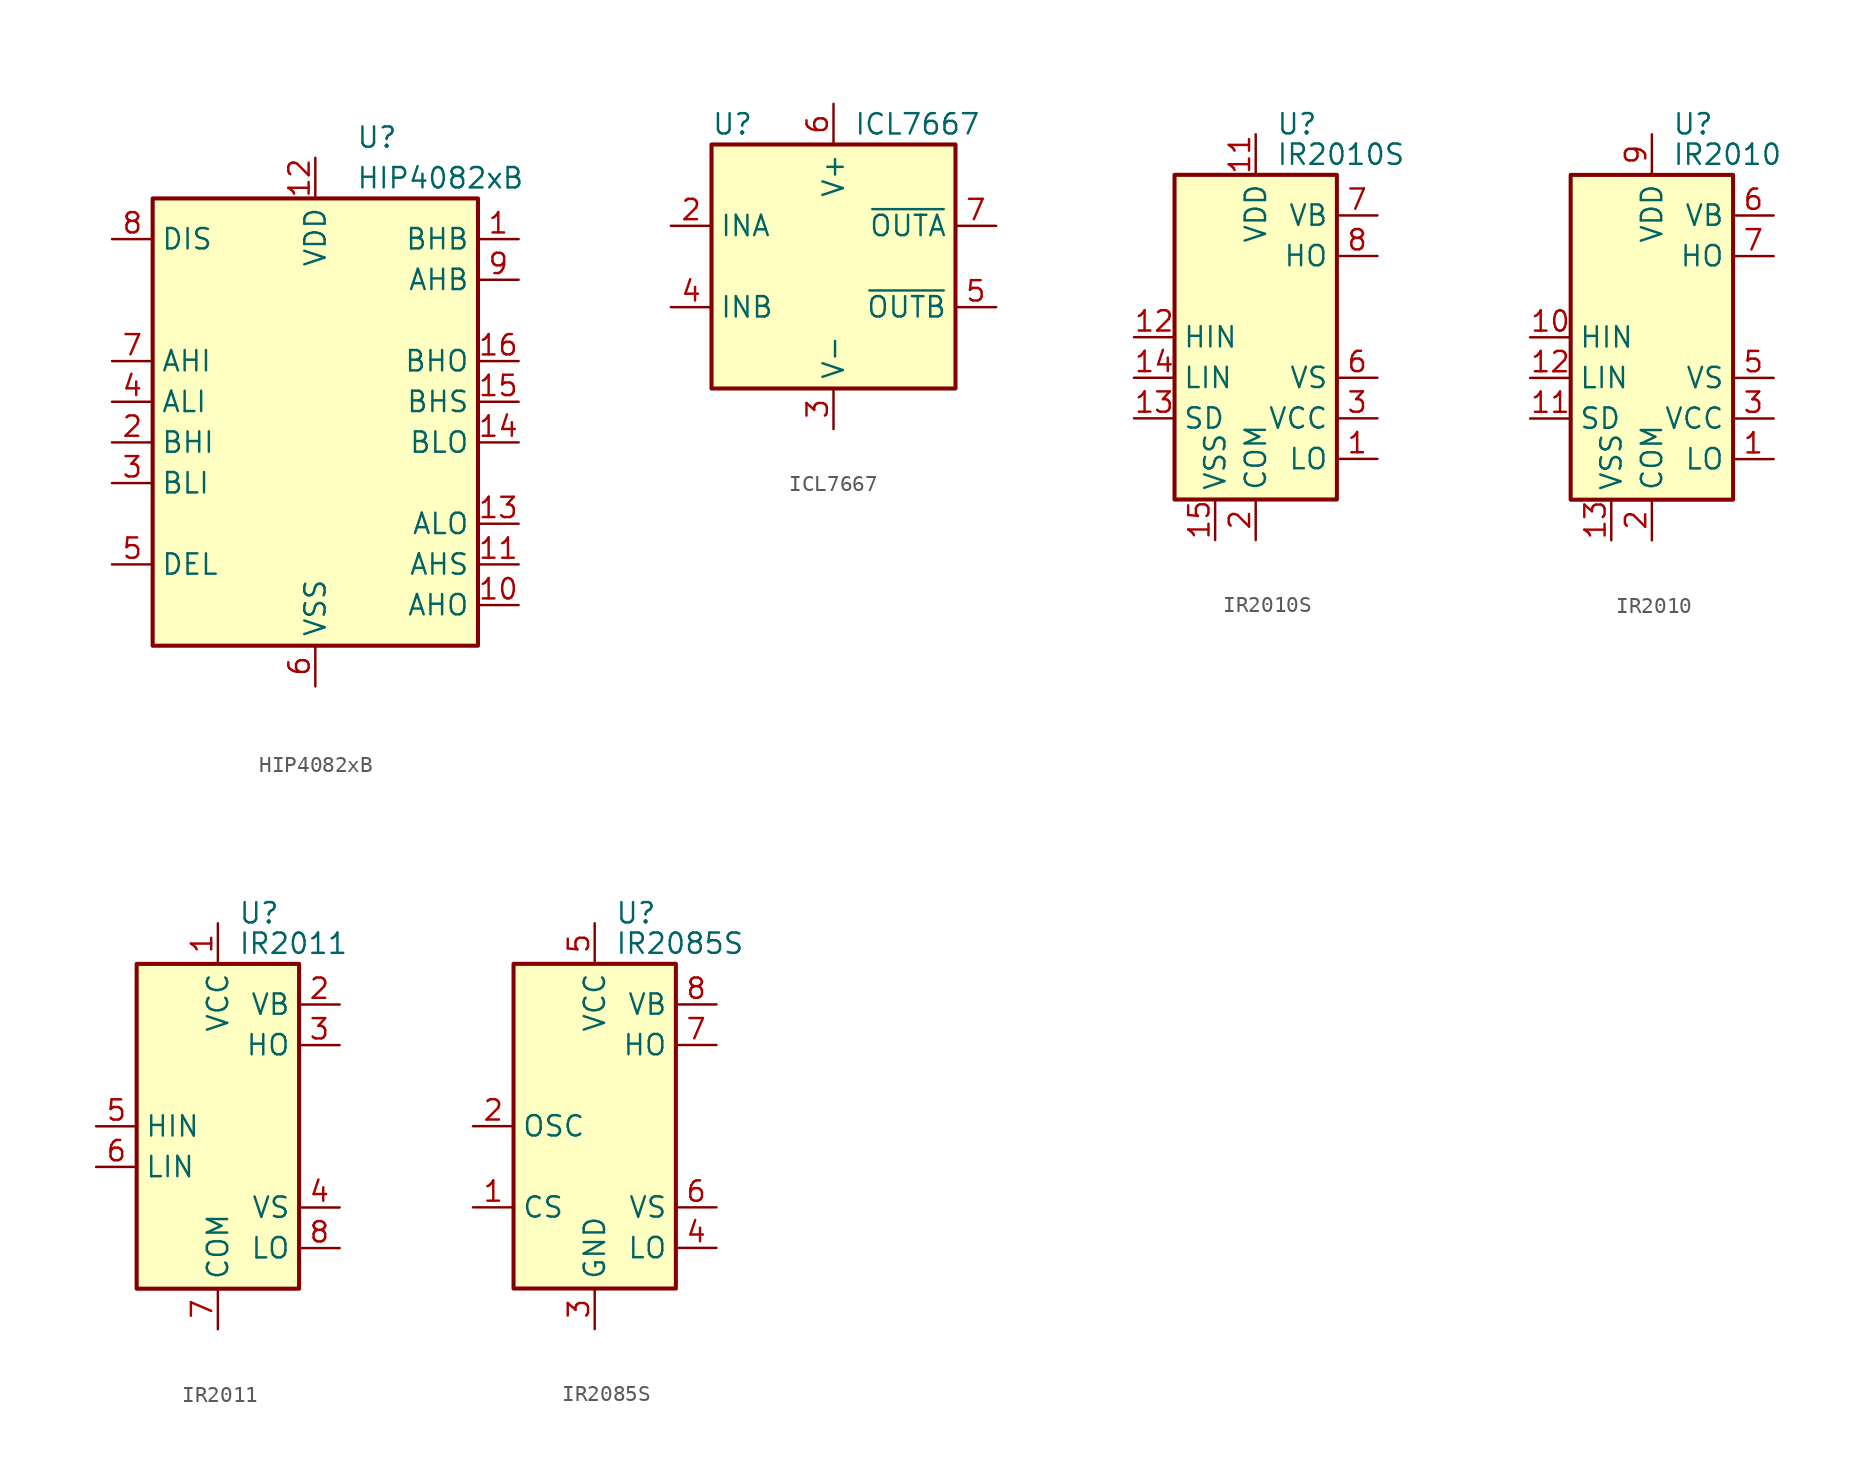
<source format=kicad_sym>
(kicad_symbol_lib
  (version 20201005)
  (generator kicad_symbol_editor)
  (symbol "Driver_FET:HIP4082xB"
    (property "Reference" "U"
      (at 2.54 16.51 0)
      (effects (font (size 1.27 1.27)) (justify left)))
    (property "Value" "HIP4082xB"
      (at 2.54 13.97 0)
      (effects (font (size 1.27 1.27)) (justify left)))
    (symbol "HIP4082xB_0_0"
      (pin passive line (at -12.7 -10.16 0) (length 2.54) (name "DEL" (effects (font (size 1.27 1.27)))) (number "5" (effects (font (size 1.27 1.27))))))
    (symbol "HIP4082xB_1_1"
      (rectangle (start -10.16 -15.24) (end 10.16 12.7) (stroke (width 0.254)) (fill (type background)))
      (pin input line (at 12.7 10.16 180) (length 2.54) (name "BHB" (effects (font (size 1.27 1.27)))) (number "1" (effects (font (size 1.27 1.27)))))
      (pin output line (at 12.7 -12.7 180) (length 2.54) (name "AHO" (effects (font (size 1.27 1.27)))) (number "10" (effects (font (size 1.27 1.27)))))
      (pin passive line (at 12.7 -10.16 180) (length 2.54) (name "AHS" (effects (font (size 1.27 1.27)))) (number "11" (effects (font (size 1.27 1.27)))))
      (pin power_in line (at 0 15.24 270) (length 2.54) (name "VDD" (effects (font (size 1.27 1.27)))) (number "12" (effects (font (size 1.27 1.27)))))
      (pin output line (at 12.7 -7.62 180) (length 2.54) (name "ALO" (effects (font (size 1.27 1.27)))) (number "13" (effects (font (size 1.27 1.27)))))
      (pin output line (at 12.7 -2.54 180) (length 2.54) (name "BLO" (effects (font (size 1.27 1.27)))) (number "14" (effects (font (size 1.27 1.27)))))
      (pin passive line (at 12.7 0 180) (length 2.54) (name "BHS" (effects (font (size 1.27 1.27)))) (number "15" (effects (font (size 1.27 1.27)))))
      (pin output line (at 12.7 2.54 180) (length 2.54) (name "BHO" (effects (font (size 1.27 1.27)))) (number "16" (effects (font (size 1.27 1.27)))))
      (pin input line (at -12.7 -2.54 0) (length 2.54) (name "BHI" (effects (font (size 1.27 1.27)))) (number "2" (effects (font (size 1.27 1.27)))))
      (pin input line (at -12.7 -5.08 0) (length 2.54) (name "BLI" (effects (font (size 1.27 1.27)))) (number "3" (effects (font (size 1.27 1.27)))))
      (pin input line (at -12.7 0 0) (length 2.54) (name "ALI" (effects (font (size 1.27 1.27)))) (number "4" (effects (font (size 1.27 1.27)))))
      (pin power_in line (at 0 -17.78 90) (length 2.54) (name "VSS" (effects (font (size 1.27 1.27)))) (number "6" (effects (font (size 1.27 1.27)))))
      (pin input line (at -12.7 2.54 0) (length 2.54) (name "AHI" (effects (font (size 1.27 1.27)))) (number "7" (effects (font (size 1.27 1.27)))))
      (pin input line (at -12.7 10.16 0) (length 2.54) (name "DIS" (effects (font (size 1.27 1.27)))) (number "8" (effects (font (size 1.27 1.27)))))
      (pin input line (at 12.7 7.62 180) (length 2.54) (name "AHB" (effects (font (size 1.27 1.27)))) (number "9" (effects (font (size 1.27 1.27)))))))
  (symbol "Driver_FET:ICL7667"
    (property "Reference" "U"
      (at -7.62 8.89 0)
      (effects (font (size 1.27 1.27)) (justify left)))
    (property "Value" "ICL7667"
      (at 1.27 8.89 0)
      (effects (font (size 1.27 1.27)) (justify left)))
    (symbol "ICL7667_0_1"
      (rectangle (start -7.62 -7.62) (end 7.62 7.62) (stroke (width 0.254)) (fill (type background))))
    (symbol "ICL7667_1_1"
      (pin no_connect line (at -7.62 0 0) (length 2.54) hide (name "NC" (effects (font (size 1.27 1.27)))) (number "1" (effects (font (size 1.27 1.27)))))
      (pin input line (at -10.16 2.54 0) (length 2.54) (name "INA" (effects (font (size 1.27 1.27)))) (number "2" (effects (font (size 1.27 1.27)))))
      (pin power_in line (at 0 -10.16 90) (length 2.54) (name "V-" (effects (font (size 1.27 1.27)))) (number "3" (effects (font (size 1.27 1.27)))))
      (pin input line (at -10.16 -2.54 0) (length 2.54) (name "INB" (effects (font (size 1.27 1.27)))) (number "4" (effects (font (size 1.27 1.27)))))
      (pin output line (at 10.16 -2.54 180) (length 2.54) (name "~OUTB" (effects (font (size 1.27 1.27)))) (number "5" (effects (font (size 1.27 1.27)))))
      (pin power_in line (at 0 10.16 270) (length 2.54) (name "V+" (effects (font (size 1.27 1.27)))) (number "6" (effects (font (size 1.27 1.27)))))
      (pin output line (at 10.16 2.54 180) (length 2.54) (name "~OUTA" (effects (font (size 1.27 1.27)))) (number "7" (effects (font (size 1.27 1.27)))))
      (pin no_connect line (at 7.62 0 180) (length 2.54) hide (name "NC" (effects (font (size 1.27 1.27)))) (number "8" (effects (font (size 1.27 1.27)))))))
  (symbol "Driver_FET:IR2010S"
    (property "Reference" "U"
      (at 1.27 13.335 0)
      (effects (font (size 1.27 1.27)) (justify left)))
    (property "Value" "IR2010S"
      (at 1.27 11.43 0)
      (effects (font (size 1.27 1.27)) (justify left)))
    (symbol "IR2010S_0_1"
      (rectangle (start -5.08 -10.16) (end 5.08 10.16) (stroke (width 0.254)) (fill (type background))))
    (symbol "IR2010S_1_1"
      (pin output line (at 7.62 -7.62 180) (length 2.54) (name "LO" (effects (font (size 1.27 1.27)))) (number "1" (effects (font (size 1.27 1.27)))))
      (pin no_connect line (at 5.08 2.54 180) (length 2.54) hide (name "NC" (effects (font (size 1.27 1.27)))) (number "10" (effects (font (size 1.27 1.27)))))
      (pin power_in line (at 0 12.7 270) (length 2.54) (name "VDD" (effects (font (size 1.27 1.27)))) (number "11" (effects (font (size 1.27 1.27)))))
      (pin input line (at -7.62 0 0) (length 2.54) (name "HIN" (effects (font (size 1.27 1.27)))) (number "12" (effects (font (size 1.27 1.27)))))
      (pin input line (at -7.62 -5.08 0) (length 2.54) (name "SD" (effects (font (size 1.27 1.27)))) (number "13" (effects (font (size 1.27 1.27)))))
      (pin input line (at -7.62 -2.54 0) (length 2.54) (name "LIN" (effects (font (size 1.27 1.27)))) (number "14" (effects (font (size 1.27 1.27)))))
      (pin power_in line (at -2.54 -12.7 90) (length 2.54) (name "VSS" (effects (font (size 1.27 1.27)))) (number "15" (effects (font (size 1.27 1.27)))))
      (pin no_connect line (at 5.08 0 180) (length 2.54) hide (name "NC" (effects (font (size 1.27 1.27)))) (number "16" (effects (font (size 1.27 1.27)))))
      (pin power_in line (at 0 -12.7 90) (length 2.54) (name "COM" (effects (font (size 1.27 1.27)))) (number "2" (effects (font (size 1.27 1.27)))))
      (pin power_in line (at 7.62 -5.08 180) (length 2.54) (name "VCC" (effects (font (size 1.27 1.27)))) (number "3" (effects (font (size 1.27 1.27)))))
      (pin no_connect line (at -5.08 7.62 0) (length 2.54) hide (name "NC" (effects (font (size 1.27 1.27)))) (number "4" (effects (font (size 1.27 1.27)))))
      (pin no_connect line (at -5.08 5.08 0) (length 2.54) hide (name "NC" (effects (font (size 1.27 1.27)))) (number "5" (effects (font (size 1.27 1.27)))))
      (pin passive line (at 7.62 -2.54 180) (length 2.54) (name "VS" (effects (font (size 1.27 1.27)))) (number "6" (effects (font (size 1.27 1.27)))))
      (pin passive line (at 7.62 7.62 180) (length 2.54) (name "VB" (effects (font (size 1.27 1.27)))) (number "7" (effects (font (size 1.27 1.27)))))
      (pin output line (at 7.62 5.08 180) (length 2.54) (name "HO" (effects (font (size 1.27 1.27)))) (number "8" (effects (font (size 1.27 1.27)))))
      (pin no_connect line (at -5.08 2.54 0) (length 2.54) hide (name "NC" (effects (font (size 1.27 1.27)))) (number "9" (effects (font (size 1.27 1.27)))))))
  (symbol "Driver_FET:IR2010"
    (property "Reference" "U"
      (at 1.27 13.335 0)
      (effects (font (size 1.27 1.27)) (justify left)))
    (property "Value" "IR2010"
      (at 1.27 11.43 0)
      (effects (font (size 1.27 1.27)) (justify left)))
    (symbol "IR2010_0_1"
      (rectangle (start -5.08 -10.16) (end 5.08 10.16) (stroke (width 0.254)) (fill (type background))))
    (symbol "IR2010_1_1"
      (pin output line (at 7.62 -7.62 180) (length 2.54) (name "LO" (effects (font (size 1.27 1.27)))) (number "1" (effects (font (size 1.27 1.27)))))
      (pin input line (at -7.62 0 0) (length 2.54) (name "HIN" (effects (font (size 1.27 1.27)))) (number "10" (effects (font (size 1.27 1.27)))))
      (pin input line (at -7.62 -5.08 0) (length 2.54) (name "SD" (effects (font (size 1.27 1.27)))) (number "11" (effects (font (size 1.27 1.27)))))
      (pin input line (at -7.62 -2.54 0) (length 2.54) (name "LIN" (effects (font (size 1.27 1.27)))) (number "12" (effects (font (size 1.27 1.27)))))
      (pin power_in line (at -2.54 -12.7 90) (length 2.54) (name "VSS" (effects (font (size 1.27 1.27)))) (number "13" (effects (font (size 1.27 1.27)))))
      (pin no_connect line (at -5.08 2.54 0) (length 2.54) hide (name "NC" (effects (font (size 1.27 1.27)))) (number "14" (effects (font (size 1.27 1.27)))))
      (pin power_in line (at 0 -12.7 90) (length 2.54) (name "COM" (effects (font (size 1.27 1.27)))) (number "2" (effects (font (size 1.27 1.27)))))
      (pin power_in line (at 7.62 -5.08 180) (length 2.54) (name "VCC" (effects (font (size 1.27 1.27)))) (number "3" (effects (font (size 1.27 1.27)))))
      (pin no_connect line (at -5.08 7.62 0) (length 2.54) hide (name "NC" (effects (font (size 1.27 1.27)))) (number "4" (effects (font (size 1.27 1.27)))))
      (pin passive line (at 7.62 -2.54 180) (length 2.54) (name "VS" (effects (font (size 1.27 1.27)))) (number "5" (effects (font (size 1.27 1.27)))))
      (pin passive line (at 7.62 7.62 180) (length 2.54) (name "VB" (effects (font (size 1.27 1.27)))) (number "6" (effects (font (size 1.27 1.27)))))
      (pin output line (at 7.62 5.08 180) (length 2.54) (name "HO" (effects (font (size 1.27 1.27)))) (number "7" (effects (font (size 1.27 1.27)))))
      (pin no_connect line (at -5.08 5.08 0) (length 2.54) hide (name "NC" (effects (font (size 1.27 1.27)))) (number "8" (effects (font (size 1.27 1.27)))))
      (pin power_in line (at 0 12.7 270) (length 2.54) (name "VDD" (effects (font (size 1.27 1.27)))) (number "9" (effects (font (size 1.27 1.27)))))))
  (symbol "Driver_FET:IR2011"
    (property "Reference" "U"
      (at 1.27 13.335 0)
      (effects (font (size 1.27 1.27)) (justify left)))
    (property "Value" "IR2011"
      (at 1.27 11.43 0)
      (effects (font (size 1.27 1.27)) (justify left)))
    (symbol "IR2011_0_1"
      (rectangle (start -5.08 -10.16) (end 5.08 10.16) (stroke (width 0.254)) (fill (type background))))
    (symbol "IR2011_1_1"
      (pin power_in line (at 0 12.7 270) (length 2.54) (name "VCC" (effects (font (size 1.27 1.27)))) (number "1" (effects (font (size 1.27 1.27)))))
      (pin passive line (at 7.62 7.62 180) (length 2.54) (name "VB" (effects (font (size 1.27 1.27)))) (number "2" (effects (font (size 1.27 1.27)))))
      (pin output line (at 7.62 5.08 180) (length 2.54) (name "HO" (effects (font (size 1.27 1.27)))) (number "3" (effects (font (size 1.27 1.27)))))
      (pin passive line (at 7.62 -5.08 180) (length 2.54) (name "VS" (effects (font (size 1.27 1.27)))) (number "4" (effects (font (size 1.27 1.27)))))
      (pin input line (at -7.62 0 0) (length 2.54) (name "HIN" (effects (font (size 1.27 1.27)))) (number "5" (effects (font (size 1.27 1.27)))))
      (pin input line (at -7.62 -2.54 0) (length 2.54) (name "LIN" (effects (font (size 1.27 1.27)))) (number "6" (effects (font (size 1.27 1.27)))))
      (pin power_in line (at 0 -12.7 90) (length 2.54) (name "COM" (effects (font (size 1.27 1.27)))) (number "7" (effects (font (size 1.27 1.27)))))
      (pin output line (at 7.62 -7.62 180) (length 2.54) (name "LO" (effects (font (size 1.27 1.27)))) (number "8" (effects (font (size 1.27 1.27)))))))
  (symbol "Driver_FET:IR2085S"
    (property "Reference" "U"
      (at 1.27 13.335 0)
      (effects (font (size 1.27 1.27)) (justify left)))
    (property "Value" "IR2085S"
      (at 1.27 11.43 0)
      (effects (font (size 1.27 1.27)) (justify left)))
    (symbol "IR2085S_0_1"
      (rectangle (start -5.08 -10.16) (end 5.08 10.16) (stroke (width 0.254)) (fill (type background))))
    (symbol "IR2085S_1_1"
      (pin input line (at -7.62 -5.08 0) (length 2.54) (name "CS" (effects (font (size 1.27 1.27)))) (number "1" (effects (font (size 1.27 1.27)))))
      (pin passive line (at -7.62 0 0) (length 2.54) (name "OSC" (effects (font (size 1.27 1.27)))) (number "2" (effects (font (size 1.27 1.27)))))
      (pin power_in line (at 0 -12.7 90) (length 2.54) (name "GND" (effects (font (size 1.27 1.27)))) (number "3" (effects (font (size 1.27 1.27)))))
      (pin output line (at 7.62 -7.62 180) (length 2.54) (name "LO" (effects (font (size 1.27 1.27)))) (number "4" (effects (font (size 1.27 1.27)))))
      (pin power_in line (at 0 12.7 270) (length 2.54) (name "VCC" (effects (font (size 1.27 1.27)))) (number "5" (effects (font (size 1.27 1.27)))))
      (pin passive line (at 7.62 -5.08 180) (length 2.54) (name "VS" (effects (font (size 1.27 1.27)))) (number "6" (effects (font (size 1.27 1.27)))))
      (pin output line (at 7.62 5.08 180) (length 2.54) (name "HO" (effects (font (size 1.27 1.27)))) (number "7" (effects (font (size 1.27 1.27)))))
      (pin passive line (at 7.62 7.62 180) (length 2.54) (name "VB" (effects (font (size 1.27 1.27)))) (number "8" (effects (font (size 1.27 1.27))))))))
</source>
